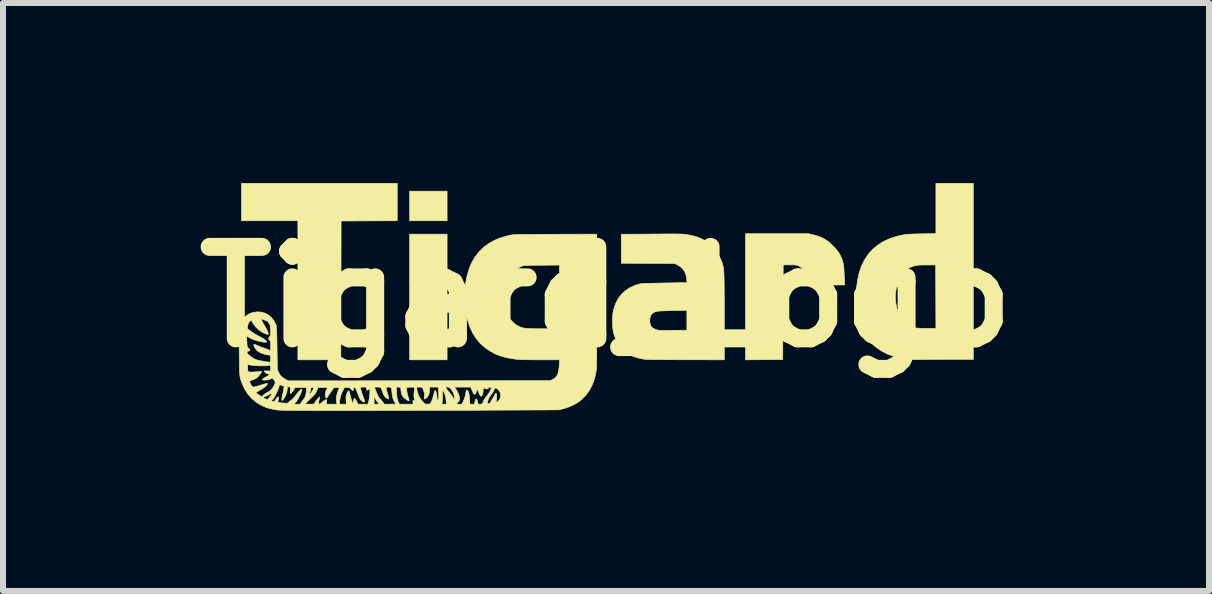
<source format=kicad_pcb>
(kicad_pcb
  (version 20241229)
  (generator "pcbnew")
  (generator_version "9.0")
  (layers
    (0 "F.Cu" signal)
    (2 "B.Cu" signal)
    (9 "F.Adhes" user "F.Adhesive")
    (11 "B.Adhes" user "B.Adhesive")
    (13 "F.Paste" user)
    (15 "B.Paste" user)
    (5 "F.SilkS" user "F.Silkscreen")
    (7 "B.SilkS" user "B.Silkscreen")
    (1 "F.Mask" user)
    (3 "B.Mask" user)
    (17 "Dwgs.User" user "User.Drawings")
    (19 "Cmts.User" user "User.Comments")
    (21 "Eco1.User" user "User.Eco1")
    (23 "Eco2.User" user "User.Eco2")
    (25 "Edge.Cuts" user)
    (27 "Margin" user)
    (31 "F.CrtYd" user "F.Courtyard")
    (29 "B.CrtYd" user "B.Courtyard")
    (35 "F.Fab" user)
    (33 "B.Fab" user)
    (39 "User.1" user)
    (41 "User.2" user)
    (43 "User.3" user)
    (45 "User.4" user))
  (footprint "Tigard_Logo"
    (layer "F.Cu")
    (at 7.047 1.898)
    (property "Reference" "Tigard_Logo" (at 0 0 0) (layer "F.SilkS") (effects (font (size 1.524 1.524) (thickness 0.3))))
    (attr through_hole)
    (fp_poly (pts (xy -2.648 -1.27) (xy -3.271 -1.27) (xy -3.271 -1.763) (xy -2.648 -1.763) (xy -2.648 -1.27)) (stroke (width 0.01) (type solid)) (fill yes) (layer "F.SilkS"))
    (fp_poly (pts (xy -2.648 1.047) (xy -3.271 1.047) (xy -3.271 -1.047) (xy -2.648 -1.047) (xy -2.648 1.047)) (stroke (width 0.01) (type solid)) (fill yes) (layer "F.SilkS"))
    (fp_poly (pts (xy -3.479 -1.27) (xy -3.947 -1.268) (xy -4.414 -1.266) (xy -4.418 1.047) (xy -5.134 1.047) (xy -5.134 -1.27) (xy -6.073 -1.27) (xy -6.073 -1.893) (xy -3.479 -1.893) (xy -3.479 -1.27)) (stroke (width 0.01) (type solid)) (fill yes) (layer "F.SilkS"))
    (fp_poly (pts (xy 2.85 -1.054) (xy 3.375 -1.054) (xy 3.452 -1.036) (xy 3.505 -1.022) (xy 3.548 -1.008) (xy 3.587 -0.993) (xy 3.625 -0.974) (xy 3.652 -0.958) (xy 3.691 -0.932) (xy 3.735 -0.896) (xy 3.779 -0.854) (xy 3.821 -0.81) (xy 3.857 -0.766) (xy 3.884 -0.728) (xy 3.884 -0.727) (xy 3.908 -0.683) (xy 3.927 -0.642) (xy 3.941 -0.601) (xy 3.952 -0.557) (xy 3.96 -0.508) (xy 3.965 -0.449) (xy 3.968 -0.38) (xy 3.969 -0.356) (xy 3.974 -0.2) (xy 3.34 -0.2) (xy 3.34 -0.291) (xy 3.34 -0.332) (xy 3.339 -0.361) (xy 3.335 -0.382) (xy 3.33 -0.399) (xy 3.324 -0.412) (xy 3.292 -0.459) (xy 3.248 -0.496) (xy 3.218 -0.513) (xy 3.2 -0.522) (xy 3.185 -0.528) (xy 3.167 -0.531) (xy 3.146 -0.534) (xy 3.116 -0.535) (xy 3.074 -0.535) (xy 3.063 -0.535) (xy 2.952 -0.535) (xy 2.948 0.254) (xy 2.944 1.043) (xy 2.634 1.045) (xy 2.324 1.047) (xy 2.324 -1.054) (xy 2.85 -1.054)) (stroke (width 0.01) (type solid)) (fill yes) (layer "F.SilkS"))
    (fp_poly (pts (xy 6.119 1.039) (xy 5.748 1.039) (xy 5.668 1.039) (xy 5.588 1.039) (xy 5.511 1.04) (xy 5.438 1.04) (xy 5.372 1.041) (xy 5.316 1.041) (xy 5.27 1.042) (xy 5.245 1.042) (xy 5.196 1.043) (xy 5.146 1.043) (xy 5.1 1.042) (xy 5.063 1.04) (xy 5.048 1.039) (xy 4.917 1.02) (xy 4.795 0.99) (xy 4.684 0.949) (xy 4.583 0.896) (xy 4.493 0.833) (xy 4.414 0.759) (xy 4.346 0.674) (xy 4.289 0.579) (xy 4.243 0.473) (xy 4.22 0.4) (xy 4.201 0.324) (xy 4.186 0.238) (xy 4.174 0.15) (xy 4.166 0.064) (xy 4.164 0.004) (xy 4.82 0.004) (xy 4.821 0.035) (xy 4.825 0.071) (xy 4.828 0.098) (xy 4.845 0.192) (xy 4.871 0.274) (xy 4.907 0.345) (xy 4.951 0.404) (xy 5.006 0.452) (xy 5.038 0.473) (xy 5.066 0.488) (xy 5.093 0.5) (xy 5.123 0.509) (xy 5.157 0.515) (xy 5.198 0.519) (xy 5.248 0.522) (xy 5.311 0.523) (xy 5.332 0.523) (xy 5.496 0.523) (xy 5.494 -0.006) (xy 5.492 -0.535) (xy 5.338 -0.533) (xy 5.283 -0.533) (xy 5.241 -0.532) (xy 5.208 -0.53) (xy 5.182 -0.527) (xy 5.16 -0.523) (xy 5.138 -0.518) (xy 5.122 -0.514) (xy 5.051 -0.486) (xy 4.99 -0.448) (xy 4.939 -0.399) (xy 4.898 -0.339) (xy 4.865 -0.267) (xy 4.842 -0.183) (xy 4.829 -0.104) (xy 4.823 -0.06) (xy 4.82 -0.026) (xy 4.82 0.004) (xy 4.164 0.004) (xy 4.164 -0.002) (xy 4.166 -0.06) (xy 4.171 -0.128) (xy 4.18 -0.203) (xy 4.191 -0.279) (xy 4.191 -0.282) (xy 4.218 -0.404) (xy 4.257 -0.517) (xy 4.307 -0.619) (xy 4.368 -0.711) (xy 4.441 -0.792) (xy 4.525 -0.863) (xy 4.619 -0.923) (xy 4.724 -0.972) (xy 4.84 -1.01) (xy 4.941 -1.033) (xy 4.971 -1.038) (xy 5.002 -1.042) (xy 5.036 -1.045) (xy 5.075 -1.047) (xy 5.122 -1.049) (xy 5.179 -1.051) (xy 5.249 -1.052) (xy 5.263 -1.052) (xy 5.496 -1.056) (xy 5.496 -1.893) (xy 6.119 -1.893) (xy 6.119 1.039)) (stroke (width 0.01) (type solid)) (fill yes) (layer "F.SilkS"))
    (fp_poly (pts (xy 1.147 -1.05) (xy 1.191 -1.05) (xy 1.227 -1.049) (xy 1.257 -1.048) (xy 1.282 -1.047) (xy 1.303 -1.045) (xy 1.321 -1.043) (xy 1.339 -1.041) (xy 1.356 -1.038) (xy 1.374 -1.035) (xy 1.459 -1.016) (xy 1.533 -0.994) (xy 1.597 -0.966) (xy 1.657 -0.933) (xy 1.714 -0.891) (xy 1.729 -0.878) (xy 1.79 -0.819) (xy 1.845 -0.748) (xy 1.891 -0.67) (xy 1.927 -0.59) (xy 1.936 -0.562) (xy 1.942 -0.543) (xy 1.947 -0.525) (xy 1.951 -0.506) (xy 1.955 -0.486) (xy 1.958 -0.464) (xy 1.96 -0.437) (xy 1.963 -0.407) (xy 1.965 -0.371) (xy 1.966 -0.328) (xy 1.967 -0.278) (xy 1.968 -0.219) (xy 1.969 -0.151) (xy 1.969 -0.072) (xy 1.97 0.019) (xy 1.97 0.122) (xy 1.97 0.24) (xy 1.97 0.329) (xy 1.97 1.047) (xy 1.326 1.046) (xy 1.202 1.046) (xy 1.092 1.045) (xy 0.997 1.045) (xy 0.914 1.044) (xy 0.843 1.043) (xy 0.783 1.043) (xy 0.734 1.041) (xy 0.695 1.04) (xy 0.664 1.039) (xy 0.641 1.037) (xy 0.625 1.035) (xy 0.623 1.035) (xy 0.538 1.017) (xy 0.464 0.995) (xy 0.401 0.966) (xy 0.344 0.931) (xy 0.291 0.887) (xy 0.265 0.86) (xy 0.211 0.792) (xy 0.167 0.714) (xy 0.134 0.628) (xy 0.124 0.591) (xy 0.114 0.534) (xy 0.108 0.467) (xy 0.107 0.397) (xy 0.728 0.397) (xy 0.734 0.447) (xy 0.75 0.487) (xy 0.777 0.516) (xy 0.816 0.537) (xy 0.827 0.541) (xy 0.85 0.548) (xy 0.869 0.553) (xy 0.889 0.556) (xy 0.911 0.558) (xy 0.938 0.559) (xy 0.975 0.559) (xy 1.022 0.558) (xy 1.047 0.558) (xy 1.099 0.556) (xy 1.153 0.555) (xy 1.203 0.555) (xy 1.246 0.554) (xy 1.268 0.554) (xy 1.347 0.554) (xy 1.347 0.222) (xy 1.103 0.227) (xy 1.033 0.229) (xy 0.977 0.231) (xy 0.932 0.232) (xy 0.898 0.234) (xy 0.871 0.236) (xy 0.851 0.239) (xy 0.835 0.242) (xy 0.822 0.246) (xy 0.819 0.247) (xy 0.779 0.268) (xy 0.751 0.297) (xy 0.735 0.335) (xy 0.728 0.384) (xy 0.728 0.397) (xy 0.107 0.397) (xy 0.107 0.396) (xy 0.109 0.325) (xy 0.116 0.26) (xy 0.126 0.21) (xy 0.157 0.117) (xy 0.199 0.033) (xy 0.253 -0.039) (xy 0.317 -0.101) (xy 0.392 -0.152) (xy 0.478 -0.192) (xy 0.516 -0.205) (xy 0.533 -0.21) (xy 0.549 -0.214) (xy 0.565 -0.218) (xy 0.584 -0.221) (xy 0.606 -0.223) (xy 0.634 -0.225) (xy 0.67 -0.226) (xy 0.715 -0.228) (xy 0.772 -0.229) (xy 0.841 -0.23) (xy 0.877 -0.231) (xy 0.948 -0.233) (xy 1.017 -0.234) (xy 1.083 -0.235) (xy 1.142 -0.236) (xy 1.194 -0.237) (xy 1.234 -0.238) (xy 1.261 -0.238) (xy 1.349 -0.239) (xy 1.345 -0.291) (xy 1.334 -0.361) (xy 1.311 -0.421) (xy 1.276 -0.471) (xy 1.229 -0.512) (xy 1.196 -0.531) (xy 1.143 -0.558) (xy 0.699 -0.56) (xy 0.254 -0.562) (xy 0.254 -1.045) (xy 0.768 -1.048) (xy 0.869 -1.049) (xy 0.957 -1.05) (xy 1.031 -1.05) (xy 1.095 -1.05) (xy 1.147 -1.05)) (stroke (width 0.01) (type solid)) (fill yes) (layer "F.SilkS"))
    (fp_poly (pts (xy -0.154 0.06) (xy -0.154 0.217) (xy -0.154 0.359) (xy -0.154 0.487) (xy -0.154 0.601) (xy -0.155 0.704) (xy -0.155 0.795) (xy -0.155 0.875) (xy -0.156 0.944) (xy -0.156 1.005) (xy -0.157 1.057) (xy -0.158 1.1) (xy -0.159 1.137) (xy -0.16 1.167) (xy -0.161 1.192) (xy -0.162 1.212) (xy -0.164 1.228) (xy -0.165 1.24) (xy -0.165 1.24) (xy -0.189 1.352) (xy -0.225 1.454) (xy -0.272 1.547) (xy -0.33 1.63) (xy -0.4 1.702) (xy -0.441 1.737) (xy -0.493 1.771) (xy -0.555 1.803) (xy -0.623 1.833) (xy -0.693 1.856) (xy -0.705 1.86) (xy -0.781 1.881) (xy -1.936 1.886) (xy -2.094 1.887) (xy -2.264 1.888) (xy -2.446 1.888) (xy -2.635 1.889) (xy -2.831 1.889) (xy -3.029 1.89) (xy -3.229 1.89) (xy -3.427 1.891) (xy -3.621 1.891) (xy -3.809 1.891) (xy -3.989 1.892) (xy -4.157 1.892) (xy -4.26 1.892) (xy -4.418 1.892) (xy -4.561 1.892) (xy -4.69 1.892) (xy -4.807 1.892) (xy -4.91 1.891) (xy -5.003 1.891) (xy -5.084 1.891) (xy -5.156 1.891) (xy -5.218 1.89) (xy -5.272 1.89) (xy -5.318 1.889) (xy -5.357 1.888) (xy -5.39 1.887) (xy -5.417 1.887) (xy -5.44 1.885) (xy -5.459 1.884) (xy -5.474 1.883) (xy -5.488 1.881) (xy -5.5 1.88) (xy -5.507 1.878) (xy -5.571 1.866) (xy -5.623 1.853) (xy -5.67 1.837) (xy -5.715 1.818) (xy -5.737 1.808) (xy -5.822 1.758) (xy -5.851 1.734) (xy -5.57 1.734) (xy -5.562 1.739) (xy -5.552 1.743) (xy -5.538 1.743) (xy -5.523 1.735) (xy -5.506 1.715) (xy -5.491 1.692) (xy -5.474 1.67) (xy -5.462 1.663) (xy -5.454 1.668) (xy -5.453 1.686) (xy -5.459 1.716) (xy -5.46 1.718) (xy -5.471 1.753) (xy -5.45 1.758) (xy -5.432 1.76) (xy -5.404 1.764) (xy -5.373 1.767) (xy -5.371 1.767) (xy -5.312 1.772) (xy -5.267 1.737) (xy -5.222 1.699) (xy -5.182 1.656) (xy -5.142 1.603) (xy -5.142 1.603) (xy -5.123 1.579) (xy -5.103 1.559) (xy -5.086 1.544) (xy -5.072 1.537) (xy -5.066 1.54) (xy -5.067 1.552) (xy -5.074 1.574) (xy -5.086 1.603) (xy -5.1 1.636) (xy -5.116 1.67) (xy -5.131 1.7) (xy -5.145 1.724) (xy -5.155 1.739) (xy -5.156 1.74) (xy -5.178 1.761) (xy -5.189 1.775) (xy -5.188 1.782) (xy -5.173 1.785) (xy -5.147 1.786) (xy -5.096 1.786) (xy -5.092 1.779) (xy -5.011 1.779) (xy -5.004 1.782) (xy -4.984 1.784) (xy -4.957 1.785) (xy -4.938 1.786) (xy -4.904 1.785) (xy -4.882 1.784) (xy -4.868 1.781) (xy -4.861 1.776) (xy -4.856 1.768) (xy -4.844 1.749) (xy -4.828 1.726) (xy -4.81 1.703) (xy -4.793 1.684) (xy -4.779 1.67) (xy -4.772 1.666) (xy -4.772 1.666) (xy -4.77 1.676) (xy -4.774 1.694) (xy -4.776 1.702) (xy -4.785 1.732) (xy -4.787 1.758) (xy -4.785 1.777) (xy -4.777 1.786) (xy -4.776 1.786) (xy -4.764 1.781) (xy -4.746 1.768) (xy -4.732 1.756) (xy -4.701 1.73) (xy -4.676 1.714) (xy -4.658 1.709) (xy -4.655 1.716) (xy -4.654 1.733) (xy -4.655 1.747) (xy -4.659 1.786) (xy -4.481 1.786) (xy -4.487 1.765) (xy -4.441 1.765) (xy -4.441 1.786) (xy -4.326 1.786) (xy -4.331 1.721) (xy -4.333 1.684) (xy -4.331 1.655) (xy -4.326 1.63) (xy -4.321 1.617) (xy -4.309 1.588) (xy -4.297 1.57) (xy -4.287 1.563) (xy -4.283 1.564) (xy -4.28 1.573) (xy -4.274 1.593) (xy -4.266 1.622) (xy -4.26 1.646) (xy -4.251 1.683) (xy -4.24 1.716) (xy -4.231 1.743) (xy -4.226 1.753) (xy -4.211 1.782) (xy -4.21 1.755) (xy -4.207 1.724) (xy -4.2 1.701) (xy -4.192 1.689) (xy -4.191 1.688) (xy -4.184 1.693) (xy -4.173 1.709) (xy -4.159 1.732) (xy -4.157 1.736) (xy -4.132 1.786) (xy -3.966 1.786) (xy -3.864 1.786) (xy -3.778 1.786) (xy -3.805 1.753) (xy -3.825 1.726) (xy -3.842 1.697) (xy -3.848 1.685) (xy -3.864 1.651) (xy -3.864 1.718) (xy -3.864 1.786) (xy -3.966 1.786) (xy -3.953 1.734) (xy -3.947 1.706) (xy -3.942 1.672) (xy -3.938 1.636) (xy -3.935 1.601) (xy -3.934 1.57) (xy -3.934 1.546) (xy -3.936 1.533) (xy -3.938 1.532) (xy -3.95 1.536) (xy -3.961 1.543) (xy -3.976 1.553) (xy -3.984 1.551) (xy -3.99 1.536) (xy -3.991 1.528) (xy -3.996 1.505) (xy -3.856 1.505) (xy -3.854 1.513) (xy -3.847 1.532) (xy -3.838 1.557) (xy -3.82 1.601) (xy -3.802 1.64) (xy -3.785 1.671) (xy -3.77 1.691) (xy -3.767 1.694) (xy -3.756 1.706) (xy -3.739 1.726) (xy -3.724 1.745) (xy -3.694 1.786) (xy -3.598 1.786) (xy -3.562 1.785) (xy -3.532 1.785) (xy -3.511 1.783) (xy -3.502 1.782) (xy -3.502 1.782) (xy -3.506 1.773) (xy -3.516 1.757) (xy -3.521 1.749) (xy -3.541 1.714) (xy -3.554 1.675) (xy -3.563 1.628) (xy -3.567 1.593) (xy -3.571 1.554) (xy -3.576 1.528) (xy -3.583 1.512) (xy -3.594 1.504) (xy -3.611 1.501) (xy -3.626 1.501) (xy -3.647 1.502) (xy -3.659 1.506) (xy -3.663 1.516) (xy -3.661 1.536) (xy -3.653 1.566) (xy -3.639 1.614) (xy -3.629 1.653) (xy -3.623 1.681) (xy -3.621 1.697) (xy -3.621 1.699) (xy -3.63 1.699) (xy -3.646 1.69) (xy -3.666 1.677) (xy -3.681 1.664) (xy -3.697 1.643) (xy -3.713 1.609) (xy -3.722 1.582) (xy -3.733 1.553) (xy -3.742 1.528) (xy -3.749 1.513) (xy -3.75 1.511) (xy -3.76 1.506) (xy -3.779 1.503) (xy -3.803 1.501) (xy -3.827 1.5) (xy -3.846 1.501) (xy -3.856 1.504) (xy -3.856 1.505) (xy -3.996 1.505) (xy -3.996 1.501) (xy -4.046 1.501) (xy -4.071 1.502) (xy -4.089 1.504) (xy -4.095 1.508) (xy -4.092 1.519) (xy -4.086 1.541) (xy -4.077 1.571) (xy -4.066 1.605) (xy -4.055 1.639) (xy -4.044 1.671) (xy -4.035 1.696) (xy -4.032 1.704) (xy -4.024 1.726) (xy -4.022 1.743) (xy -4.023 1.748) (xy -4.035 1.75) (xy -4.053 1.743) (xy -4.073 1.728) (xy -4.091 1.709) (xy -4.099 1.697) (xy -4.113 1.67) (xy -4.127 1.639) (xy -4.132 1.623) (xy -4.148 1.58) (xy -4.159 1.549) (xy -4.169 1.528) (xy -4.177 1.516) (xy -4.184 1.51) (xy -4.193 1.509) (xy -4.205 1.511) (xy -4.209 1.521) (xy -4.21 1.536) (xy -4.212 1.553) (xy -4.216 1.562) (xy -4.217 1.562) (xy -4.226 1.557) (xy -4.24 1.544) (xy -4.248 1.536) (xy -4.262 1.52) (xy -4.276 1.512) (xy -4.293 1.509) (xy -4.318 1.509) (xy -4.347 1.51) (xy -4.362 1.514) (xy -4.364 1.518) (xy -4.368 1.529) (xy -4.378 1.549) (xy -4.39 1.57) (xy -4.405 1.602) (xy -4.419 1.644) (xy -4.431 1.689) (xy -4.439 1.733) (xy -4.441 1.765) (xy -4.487 1.765) (xy -4.489 1.757) (xy -4.494 1.716) (xy -4.491 1.667) (xy -4.481 1.614) (xy -4.466 1.568) (xy -4.443 1.508) (xy -4.49 1.51) (xy -4.537 1.512) (xy -4.569 1.562) (xy -4.586 1.586) (xy -4.599 1.605) (xy -4.607 1.615) (xy -4.608 1.616) (xy -4.615 1.625) (xy -4.626 1.643) (xy -4.63 1.65) (xy -4.644 1.674) (xy -4.656 1.683) (xy -4.667 1.677) (xy -4.672 1.665) (xy -4.677 1.638) (xy -4.675 1.603) (xy -4.666 1.566) (xy -4.656 1.542) (xy -4.647 1.524) (xy -4.642 1.512) (xy -4.641 1.511) (xy -4.648 1.51) (xy -4.668 1.509) (xy -4.696 1.509) (xy -4.72 1.509) (xy -4.799 1.509) (xy -4.821 1.563) (xy -4.831 1.585) (xy -4.842 1.604) (xy -4.855 1.623) (xy -4.874 1.644) (xy -4.9 1.669) (xy -4.927 1.695) (xy -4.956 1.722) (xy -4.981 1.747) (xy -5 1.766) (xy -5.01 1.777) (xy -5.011 1.779) (xy -5.092 1.779) (xy -5.071 1.749) (xy -5.054 1.724) (xy -5.037 1.701) (xy -5.029 1.691) (xy -5.015 1.67) (xy -5.005 1.642) (xy -5 1.618) (xy -4.945 1.618) (xy -4.942 1.62) (xy -4.935 1.617) (xy -4.924 1.607) (xy -4.909 1.587) (xy -4.893 1.563) (xy -4.893 1.562) (xy -4.879 1.539) (xy -4.869 1.521) (xy -4.865 1.512) (xy -4.864 1.512) (xy -4.871 1.51) (xy -4.888 1.509) (xy -4.891 1.509) (xy -4.91 1.51) (xy -4.917 1.517) (xy -4.918 1.528) (xy -4.921 1.546) (xy -4.928 1.571) (xy -4.934 1.586) (xy -4.942 1.608) (xy -4.945 1.618) (xy -5 1.618) (xy -4.997 1.605) (xy -4.992 1.56) (xy -4.986 1.508) (xy -5.088 1.51) (xy -5.191 1.512) (xy -5.196 1.535) (xy -5.204 1.552) (xy -5.218 1.572) (xy -5.235 1.591) (xy -5.25 1.605) (xy -5.259 1.609) (xy -5.262 1.602) (xy -5.263 1.583) (xy -5.261 1.555) (xy -5.261 1.555) (xy -5.258 1.527) (xy -5.258 1.511) (xy -5.261 1.503) (xy -5.268 1.501) (xy -5.271 1.501) (xy -5.278 1.5) (xy -3.494 1.5) (xy -3.49 1.583) (xy -3.486 1.642) (xy -3.48 1.688) (xy -3.472 1.723) (xy -3.461 1.751) (xy -3.456 1.761) (xy -3.441 1.786) (xy -3.217 1.786) (xy -2.734 1.786) (xy -2.663 1.786) (xy -2.663 1.749) (xy -2.668 1.688) (xy -2.681 1.631) (xy -2.701 1.582) (xy -2.721 1.551) (xy -2.729 1.543) (xy -2.729 1.544) (xy -2.727 1.558) (xy -2.725 1.583) (xy -2.724 1.615) (xy -2.724 1.652) (xy -2.725 1.689) (xy -2.727 1.723) (xy -2.728 1.734) (xy -2.734 1.786) (xy -3.217 1.786) (xy -3.217 1.751) (xy -3.216 1.727) (xy -3.211 1.718) (xy -3.203 1.723) (xy -3.196 1.733) (xy -3.186 1.745) (xy -3.183 1.744) (xy -3.185 1.73) (xy -3.19 1.712) (xy -3.199 1.676) (xy -3.201 1.632) (xy -3.198 1.589) (xy -3.194 1.567) (xy -3.189 1.543) (xy -3.189 1.523) (xy -3.154 1.523) (xy -3.15 1.548) (xy -3.145 1.576) (xy -3.126 1.637) (xy -3.092 1.697) (xy -3.045 1.753) (xy -3.026 1.772) (xy -3.012 1.781) (xy -2.996 1.785) (xy -2.972 1.784) (xy -2.971 1.784) (xy -2.929 1.782) (xy -2.908 1.74) (xy -2.896 1.712) (xy -2.884 1.676) (xy -2.873 1.638) (xy -2.87 1.626) (xy -2.863 1.595) (xy -2.855 1.571) (xy -2.85 1.557) (xy -2.848 1.555) (xy -2.84 1.562) (xy -2.833 1.581) (xy -2.826 1.608) (xy -2.82 1.64) (xy -2.817 1.672) (xy -2.816 1.685) (xy -2.816 1.743) (xy -2.8 1.709) (xy -2.793 1.693) (xy -2.789 1.677) (xy -2.788 1.657) (xy -2.788 1.63) (xy -2.79 1.592) (xy -2.79 1.588) (xy -2.796 1.501) (xy -2.68 1.501) (xy -2.662 1.526) (xy -2.648 1.544) (xy -2.629 1.569) (xy -2.607 1.596) (xy -2.603 1.6) (xy -2.581 1.628) (xy -2.561 1.657) (xy -2.546 1.681) (xy -2.545 1.683) (xy -2.528 1.719) (xy -2.526 1.693) (xy -2.526 1.669) (xy -2.53 1.641) (xy -2.532 1.632) (xy -2.547 1.592) (xy -2.572 1.549) (xy -2.597 1.518) (xy -2.612 1.507) (xy -2.53 1.507) (xy -2.526 1.51) (xy -2.525 1.511) (xy -2.509 1.525) (xy -2.492 1.55) (xy -2.474 1.582) (xy -2.458 1.617) (xy -2.447 1.651) (xy -2.44 1.68) (xy -2.44 1.688) (xy -2.442 1.713) (xy -2.449 1.731) (xy -2.464 1.75) (xy -2.467 1.753) (xy -2.482 1.769) (xy -2.492 1.78) (xy -2.494 1.783) (xy -2.487 1.784) (xy -2.469 1.785) (xy -2.448 1.786) (xy -2.403 1.786) (xy -2.386 1.753) (xy -2.359 1.693) (xy -2.341 1.63) (xy -2.336 1.598) (xy -2.33 1.568) (xy -2.322 1.553) (xy -2.313 1.55) (xy -2.304 1.559) (xy -2.294 1.578) (xy -2.285 1.607) (xy -2.278 1.644) (xy -2.274 1.688) (xy -2.273 1.701) (xy -2.268 1.786) (xy -2.195 1.786) (xy -2.184 1.741) (xy -2.176 1.713) (xy -2.167 1.699) (xy -2.162 1.697) (xy -2.154 1.705) (xy -2.144 1.726) (xy -2.14 1.741) (xy -2.129 1.786) (xy -2.096 1.786) (xy -2.072 1.784) (xy -2.061 1.777) (xy -2.058 1.772) (xy -2.056 1.768) (xy -1.977 1.768) (xy -1.974 1.776) (xy -1.962 1.778) (xy -1.957 1.778) (xy -1.942 1.776) (xy -1.931 1.766) (xy -1.92 1.746) (xy -1.905 1.718) (xy -1.888 1.69) (xy -1.884 1.685) (xy -1.868 1.66) (xy -1.854 1.634) (xy -1.852 1.628) (xy -1.842 1.61) (xy -1.832 1.603) (xy -1.83 1.603) (xy -1.825 1.612) (xy -1.822 1.632) (xy -1.822 1.658) (xy -1.822 1.687) (xy -1.825 1.714) (xy -1.829 1.734) (xy -1.832 1.739) (xy -1.836 1.751) (xy -1.83 1.754) (xy -1.813 1.746) (xy -1.811 1.745) (xy -1.783 1.721) (xy -1.764 1.687) (xy -1.756 1.648) (xy -1.761 1.606) (xy -1.766 1.589) (xy -1.78 1.563) (xy -1.798 1.542) (xy -1.818 1.526) (xy -1.836 1.518) (xy -1.851 1.519) (xy -1.86 1.53) (xy -1.873 1.565) (xy -1.888 1.593) (xy -1.91 1.621) (xy -1.912 1.623) (xy -1.949 1.677) (xy -1.971 1.733) (xy -1.975 1.749) (xy -1.977 1.768) (xy -2.056 1.768) (xy -2.039 1.725) (xy -2.011 1.681) (xy -1.993 1.658) (xy -1.969 1.627) (xy -1.946 1.592) (xy -1.93 1.565) (xy -1.917 1.539) (xy -1.911 1.523) (xy -1.912 1.514) (xy -1.917 1.509) (xy -1.934 1.502) (xy -1.948 1.503) (xy -1.955 1.511) (xy -1.955 1.511) (xy -1.961 1.524) (xy -1.977 1.531) (xy -1.997 1.532) (xy -2.016 1.527) (xy -2.028 1.517) (xy -2.037 1.508) (xy -2.043 1.514) (xy -2.047 1.534) (xy -2.047 1.555) (xy -2.049 1.586) (xy -2.054 1.615) (xy -2.059 1.629) (xy -2.07 1.648) (xy -2.082 1.654) (xy -2.094 1.645) (xy -2.108 1.621) (xy -2.12 1.595) (xy -2.131 1.569) (xy -2.141 1.549) (xy -2.147 1.54) (xy -2.148 1.539) (xy -2.154 1.546) (xy -2.159 1.563) (xy -2.16 1.57) (xy -2.168 1.601) (xy -2.179 1.619) (xy -2.193 1.622) (xy -2.199 1.619) (xy -2.212 1.606) (xy -2.215 1.596) (xy -2.22 1.582) (xy -2.229 1.559) (xy -2.238 1.541) (xy -2.258 1.501) (xy -2.401 1.501) (xy -2.451 1.501) (xy -2.487 1.502) (xy -2.512 1.503) (xy -2.525 1.504) (xy -2.53 1.507) (xy -2.612 1.507) (xy -2.613 1.506) (xy -2.636 1.501) (xy -2.646 1.501) (xy -2.68 1.501) (xy -2.796 1.501) (xy -2.94 1.501) (xy -2.94 1.544) (xy -2.945 1.597) (xy -2.959 1.64) (xy -2.983 1.673) (xy -2.985 1.675) (xy -3.008 1.695) (xy -3.023 1.701) (xy -3.03 1.694) (xy -3.029 1.674) (xy -3.028 1.672) (xy -3.024 1.633) (xy -3.028 1.596) (xy -3.041 1.553) (xy -3.043 1.549) (xy -3.06 1.505) (xy -3.108 1.502) (xy -3.132 1.501) (xy -3.146 1.503) (xy -3.153 1.509) (xy -3.154 1.523) (xy -3.189 1.523) (xy -3.189 1.522) (xy -3.19 1.519) (xy -3.193 1.51) (xy -3.199 1.504) (xy -3.211 1.502) (xy -3.232 1.502) (xy -3.258 1.503) (xy -3.321 1.505) (xy -3.32 1.549) (xy -3.317 1.581) (xy -3.309 1.619) (xy -3.299 1.658) (xy -3.298 1.659) (xy -3.289 1.689) (xy -3.283 1.712) (xy -3.281 1.726) (xy -3.281 1.729) (xy -3.291 1.729) (xy -3.309 1.72) (xy -3.331 1.706) (xy -3.355 1.688) (xy -3.364 1.681) (xy -3.386 1.656) (xy -3.402 1.626) (xy -3.412 1.588) (xy -3.417 1.551) (xy -3.421 1.505) (xy -3.457 1.502) (xy -3.494 1.5) (xy -5.278 1.5) (xy -5.29 1.499) (xy -5.299 1.496) (xy -5.306 1.496) (xy -5.31 1.505) (xy -5.311 1.525) (xy -5.313 1.551) (xy -5.319 1.583) (xy -5.325 1.606) (xy -5.336 1.634) (xy -5.35 1.663) (xy -5.366 1.689) (xy -5.381 1.71) (xy -5.393 1.723) (xy -5.398 1.724) (xy -5.402 1.717) (xy -5.402 1.699) (xy -5.398 1.672) (xy -5.392 1.64) (xy -5.384 1.609) (xy -5.376 1.576) (xy -5.37 1.542) (xy -5.368 1.527) (xy -5.363 1.488) (xy -5.399 1.475) (xy -5.42 1.467) (xy -5.435 1.464) (xy -5.439 1.465) (xy -5.443 1.474) (xy -5.449 1.493) (xy -5.454 1.514) (xy -5.466 1.546) (xy -5.483 1.586) (xy -5.504 1.628) (xy -5.527 1.668) (xy -5.548 1.7) (xy -5.555 1.709) (xy -5.568 1.725) (xy -5.57 1.734) (xy -5.851 1.734) (xy -5.898 1.695) (xy -5.919 1.672) (xy -5.711 1.672) (xy -5.705 1.678) (xy -5.69 1.688) (xy -5.672 1.698) (xy -5.655 1.706) (xy -5.647 1.708) (xy -5.638 1.703) (xy -5.623 1.69) (xy -5.614 1.68) (xy -5.595 1.657) (xy -5.579 1.634) (xy -5.569 1.615) (xy -5.567 1.605) (xy -5.567 1.604) (xy -5.575 1.606) (xy -5.592 1.614) (xy -5.607 1.623) (xy -5.635 1.638) (xy -5.665 1.652) (xy -5.677 1.656) (xy -5.697 1.663) (xy -5.709 1.669) (xy -5.711 1.672) (xy -5.919 1.672) (xy -5.964 1.622) (xy -6.019 1.538) (xy -6.063 1.445) (xy -6.089 1.366) (xy -6.093 1.352) (xy -6.096 1.337) (xy -6.099 1.322) (xy -6.101 1.303) (xy -6.103 1.28) (xy -6.104 1.251) (xy -6.106 1.216) (xy -6.107 1.171) (xy -6.108 1.142) (xy -5.972 1.142) (xy -5.972 1.164) (xy -5.971 1.182) (xy -5.97 1.212) (xy -5.968 1.231) (xy -5.963 1.24) (xy -5.955 1.246) (xy -5.946 1.248) (xy -5.928 1.251) (xy -5.899 1.251) (xy -5.863 1.249) (xy -5.831 1.247) (xy -5.795 1.244) (xy -5.765 1.242) (xy -5.744 1.242) (xy -5.736 1.243) (xy -5.738 1.251) (xy -5.748 1.267) (xy -5.764 1.287) (xy -5.783 1.31) (xy -5.802 1.331) (xy -5.82 1.347) (xy -5.827 1.353) (xy -5.85 1.365) (xy -5.879 1.378) (xy -5.898 1.384) (xy -5.921 1.392) (xy -5.937 1.399) (xy -5.942 1.403) (xy -5.939 1.412) (xy -5.93 1.431) (xy -5.919 1.455) (xy -5.908 1.475) (xy -5.898 1.489) (xy -5.886 1.497) (xy -5.87 1.5) (xy -5.847 1.496) (xy -5.816 1.488) (xy -5.772 1.475) (xy -5.757 1.47) (xy -5.721 1.459) (xy -5.689 1.449) (xy -5.665 1.442) (xy -5.652 1.439) (xy -5.652 1.439) (xy -5.641 1.443) (xy -5.643 1.454) (xy -5.654 1.469) (xy -5.673 1.489) (xy -5.699 1.51) (xy -5.73 1.532) (xy -5.764 1.552) (xy -5.771 1.556) (xy -5.798 1.571) (xy -5.82 1.584) (xy -5.832 1.592) (xy -5.834 1.594) (xy -5.828 1.6) (xy -5.813 1.611) (xy -5.792 1.626) (xy -5.768 1.641) (xy -5.746 1.655) (xy -5.729 1.666) (xy -5.72 1.67) (xy -5.72 1.67) (xy -5.721 1.665) (xy -5.723 1.662) (xy -5.722 1.65) (xy -5.707 1.633) (xy -5.678 1.612) (xy -5.654 1.597) (xy -5.627 1.581) (xy -5.602 1.565) (xy -5.586 1.553) (xy -5.57 1.536) (xy -5.552 1.511) (xy -5.535 1.483) (xy -5.52 1.456) (xy -5.512 1.435) (xy -5.511 1.428) (xy -5.515 1.412) (xy -5.527 1.391) (xy -5.534 1.38) (xy -5.558 1.348) (xy -5.595 1.367) (xy -5.63 1.38) (xy -5.669 1.385) (xy -5.68 1.385) (xy -5.708 1.384) (xy -5.723 1.38) (xy -5.724 1.371) (xy -5.711 1.359) (xy -5.684 1.342) (xy -5.665 1.332) (xy -5.638 1.317) (xy -5.619 1.304) (xy -5.608 1.296) (xy -5.608 1.294) (xy -5.617 1.289) (xy -5.635 1.281) (xy -5.643 1.278) (xy -5.666 1.266) (xy -5.683 1.253) (xy -5.686 1.249) (xy -5.698 1.232) (xy -5.588 1.232) (xy -5.588 1.133) (xy -5.613 1.14) (xy -5.639 1.144) (xy -5.676 1.147) (xy -5.722 1.147) (xy -5.772 1.147) (xy -5.824 1.144) (xy -5.872 1.141) (xy -5.915 1.136) (xy -5.948 1.13) (xy -5.959 1.127) (xy -5.966 1.126) (xy -5.97 1.13) (xy -5.972 1.142) (xy -6.108 1.142) (xy -6.108 1.117) (xy -6.109 1.051) (xy -6.111 0.972) (xy -6.111 0.908) (xy -6.113 0.82) (xy -6.114 0.745) (xy -6.114 0.683) (xy -6.114 0.674) (xy -5.988 0.674) (xy -5.987 0.701) (xy -5.984 0.739) (xy -5.982 0.779) (xy -5.98 0.807) (xy -5.977 0.825) (xy -5.972 0.837) (xy -5.966 0.846) (xy -5.957 0.854) (xy -5.939 0.873) (xy -5.934 0.889) (xy -5.943 0.898) (xy -5.957 0.901) (xy -5.974 0.902) (xy -5.98 0.911) (xy -5.981 0.923) (xy -5.974 0.947) (xy -5.961 0.96) (xy -5.943 0.973) (xy -5.921 0.991) (xy -5.909 1) (xy -5.87 1.027) (xy -5.827 1.046) (xy -5.775 1.059) (xy -5.761 1.062) (xy -5.729 1.067) (xy -5.7 1.073) (xy -5.68 1.077) (xy -5.654 1.081) (xy -5.625 1.084) (xy -5.621 1.084) (xy -5.588 1.085) (xy -5.588 1.028) (xy -5.589 1) (xy -5.591 0.979) (xy -5.593 0.97) (xy -5.594 0.97) (xy -5.642 0.965) (xy -5.692 0.953) (xy -5.741 0.936) (xy -5.783 0.915) (xy -5.812 0.895) (xy -5.83 0.875) (xy -5.847 0.851) (xy -5.86 0.827) (xy -5.868 0.806) (xy -5.869 0.793) (xy -5.869 0.792) (xy -5.86 0.791) (xy -5.843 0.795) (xy -5.822 0.802) (xy -5.802 0.81) (xy -5.792 0.816) (xy -5.782 0.821) (xy -5.76 0.829) (xy -5.732 0.84) (xy -5.711 0.847) (xy -5.677 0.859) (xy -5.647 0.87) (xy -5.625 0.879) (xy -5.617 0.882) (xy -5.601 0.89) (xy -5.592 0.893) (xy -5.59 0.886) (xy -5.589 0.866) (xy -5.588 0.838) (xy -5.588 0.812) (xy -5.588 0.775) (xy -5.59 0.751) (xy -5.593 0.735) (xy -5.597 0.726) (xy -5.602 0.722) (xy -5.618 0.707) (xy -5.622 0.692) (xy -5.613 0.673) (xy -5.607 0.665) (xy -5.598 0.652) (xy -5.592 0.64) (xy -5.589 0.626) (xy -5.588 0.606) (xy -5.589 0.575) (xy -5.59 0.554) (xy -5.591 0.516) (xy -5.594 0.49) (xy -5.598 0.471) (xy -5.604 0.456) (xy -5.614 0.44) (xy -5.615 0.439) (xy -5.627 0.422) (xy -5.636 0.41) (xy -5.647 0.402) (xy -5.663 0.395) (xy -5.688 0.385) (xy -5.699 0.381) (xy -5.749 0.362) (xy -5.737 0.39) (xy -5.728 0.408) (xy -5.714 0.436) (xy -5.696 0.468) (xy -5.68 0.496) (xy -5.661 0.529) (xy -5.645 0.56) (xy -5.634 0.585) (xy -5.63 0.599) (xy -5.627 0.616) (xy -5.632 0.622) (xy -5.64 0.623) (xy -5.654 0.62) (xy -5.677 0.611) (xy -5.706 0.598) (xy -5.719 0.591) (xy -5.784 0.549) (xy -5.84 0.495) (xy -5.887 0.43) (xy -5.888 0.427) (xy -5.913 0.384) (xy -5.932 0.402) (xy -5.948 0.42) (xy -5.959 0.439) (xy -5.966 0.462) (xy -5.972 0.488) (xy -5.975 0.511) (xy -5.975 0.526) (xy -5.974 0.529) (xy -5.962 0.54) (xy -5.94 0.556) (xy -5.911 0.577) (xy -5.878 0.598) (xy -5.845 0.62) (xy -5.813 0.638) (xy -5.792 0.65) (xy -5.751 0.671) (xy -5.72 0.689) (xy -5.693 0.708) (xy -5.666 0.729) (xy -5.653 0.74) (xy -5.652 0.747) (xy -5.659 0.751) (xy -5.682 0.754) (xy -5.715 0.751) (xy -5.756 0.743) (xy -5.801 0.732) (xy -5.848 0.717) (xy -5.892 0.701) (xy -5.932 0.683) (xy -5.963 0.665) (xy -5.976 0.655) (xy -5.981 0.651) (xy -5.985 0.651) (xy -5.987 0.658) (xy -5.988 0.674) (xy -6.114 0.674) (xy -6.115 0.633) (xy -6.115 0.592) (xy -6.114 0.559) (xy -6.113 0.534) (xy -6.112 0.514) (xy -6.11 0.499) (xy -6.108 0.487) (xy -6.105 0.476) (xy -6.102 0.466) (xy -6.079 0.412) (xy -6.045 0.363) (xy -6.004 0.321) (xy -5.952 0.284) (xy -5.892 0.26) (xy -5.824 0.249) (xy -5.818 0.248) (xy -5.75 0.251) (xy -5.686 0.268) (xy -5.628 0.298) (xy -5.577 0.341) (xy -5.534 0.395) (xy -5.501 0.46) (xy -5.493 0.481) (xy -5.492 0.494) (xy -5.49 0.521) (xy -5.488 0.56) (xy -5.486 0.612) (xy -5.484 0.673) (xy -5.483 0.743) (xy -5.482 0.82) (xy -5.481 0.858) (xy -5.476 1.213) (xy -5.452 1.262) (xy -5.432 1.297) (xy -5.408 1.325) (xy -5.377 1.349) (xy -5.336 1.374) (xy -5.334 1.375) (xy -5.292 1.397) (xy -3.111 1.396) (xy -0.93 1.394) (xy -0.89 1.375) (xy -0.853 1.351) (xy -0.824 1.32) (xy -0.803 1.279) (xy -0.789 1.228) (xy -0.781 1.164) (xy -0.779 1.137) (xy -0.775 1.047) (xy -1.103 1.047) (xy -1.186 1.047) (xy -1.255 1.046) (xy -1.313 1.046) (xy -1.361 1.045) (xy -1.401 1.044) (xy -1.436 1.042) (xy -1.466 1.04) (xy -1.494 1.037) (xy -1.523 1.034) (xy -1.541 1.031) (xy -1.631 1.016) (xy -1.708 0.998) (xy -1.771 0.978) (xy -1.782 0.973) (xy -1.805 0.965) (xy -1.823 0.958) (xy -1.843 0.95) (xy -1.871 0.936) (xy -1.905 0.916) (xy -1.94 0.895) (xy -1.975 0.873) (xy -2.004 0.853) (xy -2.014 0.845) (xy -2.095 0.774) (xy -2.164 0.691) (xy -2.223 0.598) (xy -2.271 0.493) (xy -2.309 0.378) (xy -2.335 0.251) (xy -2.341 0.212) (xy -2.345 0.165) (xy -2.348 0.108) (xy -2.35 0.043) (xy -2.35 -0.024) (xy -2.35 -0.029) (xy -1.699 -0.029) (xy -1.698 0.04) (xy -1.693 0.109) (xy -1.684 0.172) (xy -1.671 0.225) (xy -1.669 0.231) (xy -1.638 0.305) (xy -1.597 0.37) (xy -1.547 0.425) (xy -1.492 0.469) (xy -1.43 0.5) (xy -1.397 0.511) (xy -1.378 0.515) (xy -1.361 0.519) (xy -1.345 0.522) (xy -1.326 0.524) (xy -1.304 0.526) (xy -1.276 0.528) (xy -1.241 0.528) (xy -1.197 0.529) (xy -1.141 0.529) (xy -1.073 0.53) (xy -1.041 0.53) (xy -0.777 0.531) (xy -0.777 -0.532) (xy -1.072 -0.529) (xy -1.147 -0.529) (xy -1.209 -0.528) (xy -1.258 -0.527) (xy -1.297 -0.526) (xy -1.328 -0.525) (xy -1.351 -0.523) (xy -1.37 -0.521) (xy -1.385 -0.518) (xy -1.398 -0.515) (xy -1.41 -0.511) (xy -1.416 -0.508) (xy -1.487 -0.475) (xy -1.548 -0.431) (xy -1.599 -0.375) (xy -1.639 -0.309) (xy -1.669 -0.23) (xy -1.689 -0.141) (xy -1.695 -0.096) (xy -1.699 -0.029) (xy -2.35 -0.029) (xy -2.349 -0.09) (xy -2.347 -0.15) (xy -2.343 -0.2) (xy -2.341 -0.216) (xy -2.317 -0.345) (xy -2.283 -0.463) (xy -2.238 -0.571) (xy -2.182 -0.668) (xy -2.115 -0.754) (xy -2.037 -0.83) (xy -1.948 -0.895) (xy -1.861 -0.943) (xy -1.775 -0.979) (xy -1.678 -1.01) (xy -1.616 -1.025) (xy -1.603 -1.028) (xy -1.591 -1.031) (xy -1.577 -1.033) (xy -1.562 -1.035) (xy -1.544 -1.037) (xy -1.521 -1.038) (xy -1.494 -1.039) (xy -1.461 -1.04) (xy -1.421 -1.041) (xy -1.372 -1.042) (xy -1.315 -1.042) (xy -1.247 -1.043) (xy -1.168 -1.043) (xy -1.077 -1.044) (xy -0.973 -1.044) (xy -0.854 -1.045) (xy -0.849 -1.045) (xy -0.154 -1.047) (xy -0.154 0.06)) (stroke (width 0.01) (type solid)) (fill yes) (layer "F.SilkS")))
  (gr_rect
    (start -3 -3)
    (end 17.093 6.795)
    (stroke (width 0.1) (type default))
    (fill no)
    (layer "Edge.Cuts")))
</source>
